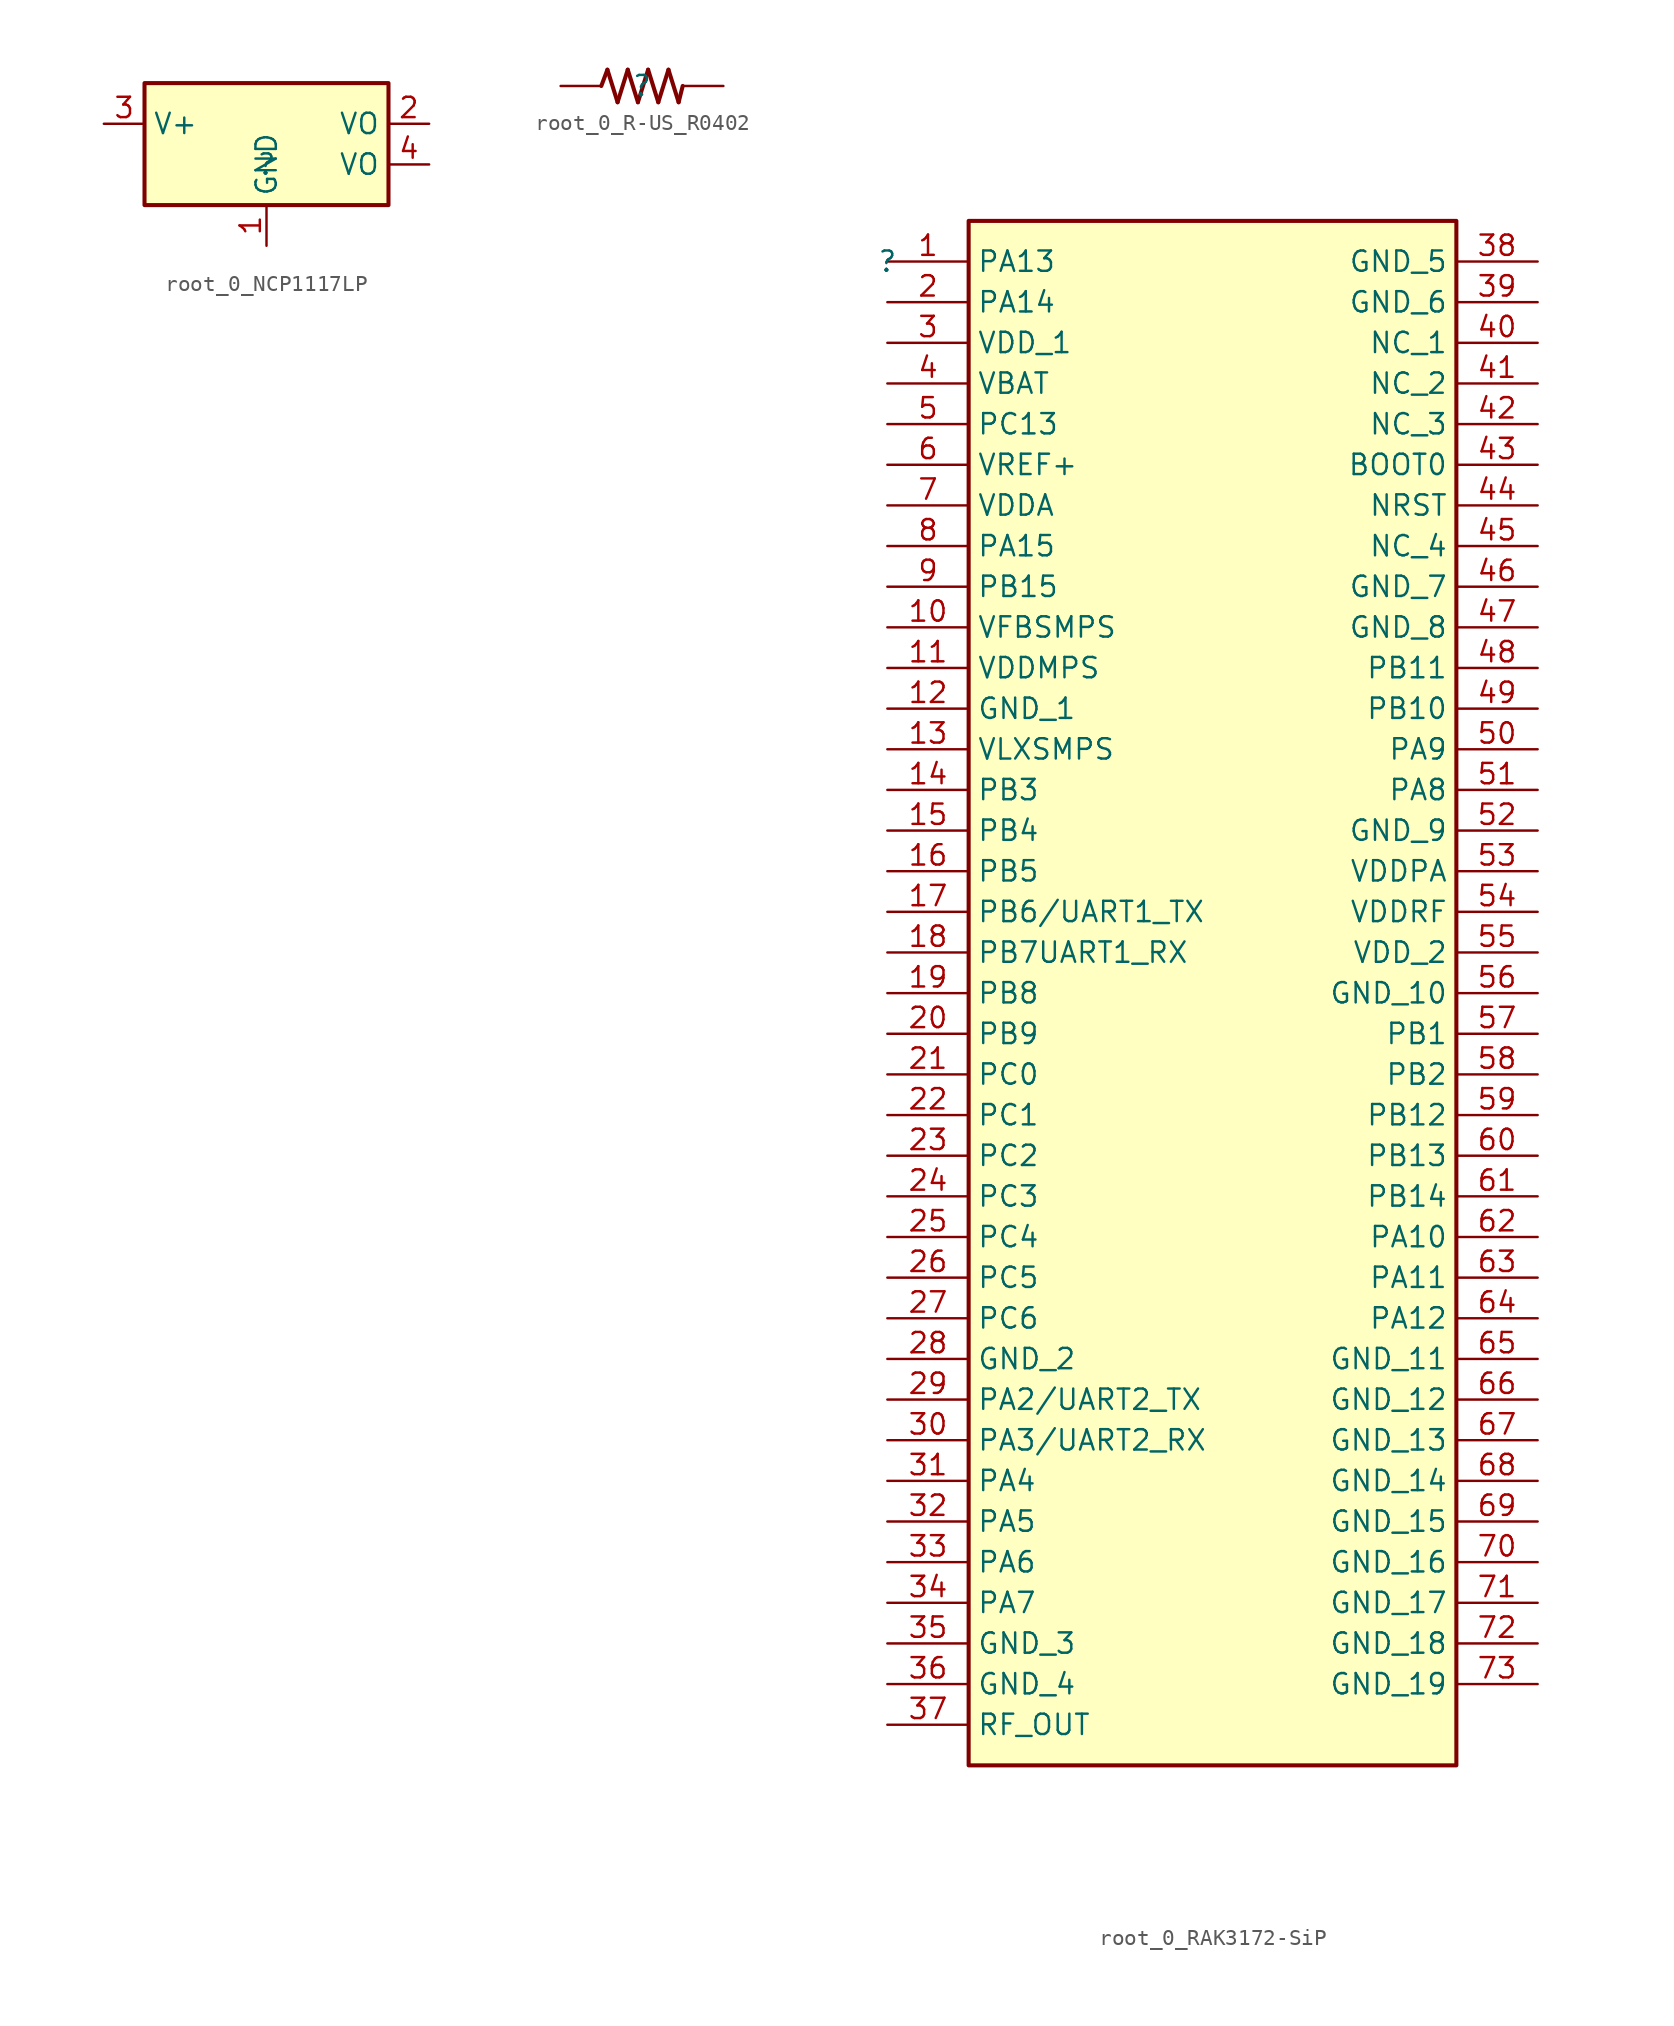
<source format=kicad_sym>
(kicad_symbol_lib
  (version 20231120)
  (generator "kicad_symbol_editor")
  (generator_version "8.0")
  (symbol "root_0_NCP1117LP"
    (property "Reference" ""
      (at 0 0 0)
      (effects (font (size 1.27 1.27))))
    (property "Value" ""
      (at 0 0 0)
      (effects (font (size 1.27 1.27))))
    (symbol "root_0_NCP1117LP_1_0"
      (rectangle (start 7.62 5.08) (end -7.62 -2.54) (stroke (width 0.254) (type solid) (color 128 0 0 1)) (fill (type background)))
      (pin power_in line (at 0 -5.08 90) (length 2.54) (name "GND" (effects (font (size 1.27 1.27)))) (number "1" (effects (font (size 1.27 1.27)))))
      (pin passive line (at 10.16 2.54 180) (length 2.54) (name "VO" (effects (font (size 1.27 1.27)))) (number "2" (effects (font (size 1.27 1.27)))))
      (pin power_in line (at -10.16 2.54 0) (length 2.54) (name "V+" (effects (font (size 1.27 1.27)))) (number "3" (effects (font (size 1.27 1.27)))))
      (pin passive line (at 10.16 0 180) (length 2.54) (name "VO" (effects (font (size 1.27 1.27)))) (number "4" (effects (font (size 1.27 1.27)))))))
  (symbol "root_0_R-US_R0402"
    (property "Reference" ""
      (at 0 0 0)
      (effects (font (size 1.27 1.27))))
    (property "Value" ""
      (at 0 0 0)
      (effects (font (size 1.27 1.27))))
    (symbol "root_0_R-US_R0402_1_0"
      (polyline (pts (xy -2.159 1.016) (xy -2.54 0)) (stroke (width 0.254) (type solid) (color 128 0 0 1)) (fill (type none)))
      (polyline (pts (xy -1.524 -1.016) (xy -2.159 1.016)) (stroke (width 0.254) (type solid) (color 128 0 0 1)) (fill (type none)))
      (polyline (pts (xy -0.889 1.016) (xy -1.524 -1.016)) (stroke (width 0.254) (type solid) (color 128 0 0 1)) (fill (type none)))
      (polyline (pts (xy -0.254 -1.016) (xy -0.889 1.016)) (stroke (width 0.254) (type solid) (color 128 0 0 1)) (fill (type none)))
      (polyline (pts (xy 0.381 1.016) (xy -0.254 -1.016)) (stroke (width 0.254) (type solid) (color 128 0 0 1)) (fill (type none)))
      (polyline (pts (xy 1.016 -1.016) (xy 0.381 1.016)) (stroke (width 0.254) (type solid) (color 128 0 0 1)) (fill (type none)))
      (polyline (pts (xy 1.651 1.016) (xy 1.016 -1.016)) (stroke (width 0.254) (type solid) (color 128 0 0 1)) (fill (type none)))
      (polyline (pts (xy 2.286 -1.016) (xy 1.651 1.016)) (stroke (width 0.254) (type solid) (color 128 0 0 1)) (fill (type none)))
      (polyline (pts (xy 2.54 0) (xy 2.286 -1.016)) (stroke (width 0.254) (type solid) (color 128 0 0 1)) (fill (type none)))
      (pin passive line (at -5.08 0 0) (length 2.54) (name "1" (effects (font (size 0 0)))) (number "1" (effects (font (size 0 0)))))
      (pin passive line (at 5.08 0 180) (length 2.54) (name "2" (effects (font (size 0 0)))) (number "2" (effects (font (size 0 0)))))))
  (symbol "root_0_RAK3172-SiP"
    (property "Reference" ""
      (at 0 0 0)
      (effects (font (size 1.27 1.27))))
    (property "Value" ""
      (at 0 0 0)
      (effects (font (size 1.27 1.27))))
    (symbol "root_0_RAK3172-SiP_1_0"
      (rectangle (start 35.56 2.54) (end 5.08 -93.98) (stroke (width 0.254) (type solid) (color 128 0 0 1)) (fill (type background)))
      (pin passive line (at 0 0 0) (length 5.08) (name "PA13" (effects (font (size 1.27 1.27)))) (number "1" (effects (font (size 1.27 1.27)))))
      (pin passive line (at 0 -22.86 0) (length 5.08) (name "VFBSMPS" (effects (font (size 1.27 1.27)))) (number "10" (effects (font (size 1.27 1.27)))))
      (pin passive line (at 0 -25.4 0) (length 5.08) (name "VDDMPS" (effects (font (size 1.27 1.27)))) (number "11" (effects (font (size 1.27 1.27)))))
      (pin passive line (at 0 -27.94 0) (length 5.08) (name "GND_1" (effects (font (size 1.27 1.27)))) (number "12" (effects (font (size 1.27 1.27)))))
      (pin passive line (at 0 -30.48 0) (length 5.08) (name "VLXSMPS" (effects (font (size 1.27 1.27)))) (number "13" (effects (font (size 1.27 1.27)))))
      (pin passive line (at 0 -33.02 0) (length 5.08) (name "PB3" (effects (font (size 1.27 1.27)))) (number "14" (effects (font (size 1.27 1.27)))))
      (pin passive line (at 0 -35.56 0) (length 5.08) (name "PB4" (effects (font (size 1.27 1.27)))) (number "15" (effects (font (size 1.27 1.27)))))
      (pin passive line (at 0 -38.1 0) (length 5.08) (name "PB5" (effects (font (size 1.27 1.27)))) (number "16" (effects (font (size 1.27 1.27)))))
      (pin passive line (at 0 -40.64 0) (length 5.08) (name "PB6/UART1_TX" (effects (font (size 1.27 1.27)))) (number "17" (effects (font (size 1.27 1.27)))))
      (pin passive line (at 0 -43.18 0) (length 5.08) (name "PB7UART1_RX" (effects (font (size 1.27 1.27)))) (number "18" (effects (font (size 1.27 1.27)))))
      (pin passive line (at 0 -45.72 0) (length 5.08) (name "PB8" (effects (font (size 1.27 1.27)))) (number "19" (effects (font (size 1.27 1.27)))))
      (pin passive line (at 0 -2.54 0) (length 5.08) (name "PA14" (effects (font (size 1.27 1.27)))) (number "2" (effects (font (size 1.27 1.27)))))
      (pin passive line (at 0 -48.26 0) (length 5.08) (name "PB9" (effects (font (size 1.27 1.27)))) (number "20" (effects (font (size 1.27 1.27)))))
      (pin passive line (at 0 -50.8 0) (length 5.08) (name "PC0" (effects (font (size 1.27 1.27)))) (number "21" (effects (font (size 1.27 1.27)))))
      (pin passive line (at 0 -53.34 0) (length 5.08) (name "PC1" (effects (font (size 1.27 1.27)))) (number "22" (effects (font (size 1.27 1.27)))))
      (pin passive line (at 0 -55.88 0) (length 5.08) (name "PC2" (effects (font (size 1.27 1.27)))) (number "23" (effects (font (size 1.27 1.27)))))
      (pin passive line (at 0 -58.42 0) (length 5.08) (name "PC3" (effects (font (size 1.27 1.27)))) (number "24" (effects (font (size 1.27 1.27)))))
      (pin passive line (at 0 -60.96 0) (length 5.08) (name "PC4" (effects (font (size 1.27 1.27)))) (number "25" (effects (font (size 1.27 1.27)))))
      (pin passive line (at 0 -63.5 0) (length 5.08) (name "PC5" (effects (font (size 1.27 1.27)))) (number "26" (effects (font (size 1.27 1.27)))))
      (pin passive line (at 0 -66.04 0) (length 5.08) (name "PC6" (effects (font (size 1.27 1.27)))) (number "27" (effects (font (size 1.27 1.27)))))
      (pin passive line (at 0 -68.58 0) (length 5.08) (name "GND_2" (effects (font (size 1.27 1.27)))) (number "28" (effects (font (size 1.27 1.27)))))
      (pin passive line (at 0 -71.12 0) (length 5.08) (name "PA2/UART2_TX" (effects (font (size 1.27 1.27)))) (number "29" (effects (font (size 1.27 1.27)))))
      (pin passive line (at 0 -5.08 0) (length 5.08) (name "VDD_1" (effects (font (size 1.27 1.27)))) (number "3" (effects (font (size 1.27 1.27)))))
      (pin passive line (at 0 -73.66 0) (length 5.08) (name "PA3/UART2_RX" (effects (font (size 1.27 1.27)))) (number "30" (effects (font (size 1.27 1.27)))))
      (pin passive line (at 0 -76.2 0) (length 5.08) (name "PA4" (effects (font (size 1.27 1.27)))) (number "31" (effects (font (size 1.27 1.27)))))
      (pin passive line (at 0 -78.74 0) (length 5.08) (name "PA5" (effects (font (size 1.27 1.27)))) (number "32" (effects (font (size 1.27 1.27)))))
      (pin passive line (at 0 -81.28 0) (length 5.08) (name "PA6" (effects (font (size 1.27 1.27)))) (number "33" (effects (font (size 1.27 1.27)))))
      (pin passive line (at 0 -83.82 0) (length 5.08) (name "PA7" (effects (font (size 1.27 1.27)))) (number "34" (effects (font (size 1.27 1.27)))))
      (pin passive line (at 0 -86.36 0) (length 5.08) (name "GND_3" (effects (font (size 1.27 1.27)))) (number "35" (effects (font (size 1.27 1.27)))))
      (pin passive line (at 0 -88.9 0) (length 5.08) (name "GND_4" (effects (font (size 1.27 1.27)))) (number "36" (effects (font (size 1.27 1.27)))))
      (pin passive line (at 0 -91.44 0) (length 5.08) (name "RF_OUT" (effects (font (size 1.27 1.27)))) (number "37" (effects (font (size 1.27 1.27)))))
      (pin passive line (at 40.64 0 180) (length 5.08) (name "GND_5" (effects (font (size 1.27 1.27)))) (number "38" (effects (font (size 1.27 1.27)))))
      (pin passive line (at 40.64 -2.54 180) (length 5.08) (name "GND_6" (effects (font (size 1.27 1.27)))) (number "39" (effects (font (size 1.27 1.27)))))
      (pin passive line (at 0 -7.62 0) (length 5.08) (name "VBAT" (effects (font (size 1.27 1.27)))) (number "4" (effects (font (size 1.27 1.27)))))
      (pin passive line (at 40.64 -5.08 180) (length 5.08) (name "NC_1" (effects (font (size 1.27 1.27)))) (number "40" (effects (font (size 1.27 1.27)))))
      (pin passive line (at 40.64 -7.62 180) (length 5.08) (name "NC_2" (effects (font (size 1.27 1.27)))) (number "41" (effects (font (size 1.27 1.27)))))
      (pin passive line (at 40.64 -10.16 180) (length 5.08) (name "NC_3" (effects (font (size 1.27 1.27)))) (number "42" (effects (font (size 1.27 1.27)))))
      (pin passive line (at 40.64 -12.7 180) (length 5.08) (name "BOOT0" (effects (font (size 1.27 1.27)))) (number "43" (effects (font (size 1.27 1.27)))))
      (pin passive line (at 40.64 -15.24 180) (length 5.08) (name "NRST" (effects (font (size 1.27 1.27)))) (number "44" (effects (font (size 1.27 1.27)))))
      (pin passive line (at 40.64 -17.78 180) (length 5.08) (name "NC_4" (effects (font (size 1.27 1.27)))) (number "45" (effects (font (size 1.27 1.27)))))
      (pin passive line (at 40.64 -20.32 180) (length 5.08) (name "GND_7" (effects (font (size 1.27 1.27)))) (number "46" (effects (font (size 1.27 1.27)))))
      (pin passive line (at 40.64 -22.86 180) (length 5.08) (name "GND_8" (effects (font (size 1.27 1.27)))) (number "47" (effects (font (size 1.27 1.27)))))
      (pin passive line (at 40.64 -25.4 180) (length 5.08) (name "PB11" (effects (font (size 1.27 1.27)))) (number "48" (effects (font (size 1.27 1.27)))))
      (pin passive line (at 40.64 -27.94 180) (length 5.08) (name "PB10" (effects (font (size 1.27 1.27)))) (number "49" (effects (font (size 1.27 1.27)))))
      (pin passive line (at 0 -10.16 0) (length 5.08) (name "PC13" (effects (font (size 1.27 1.27)))) (number "5" (effects (font (size 1.27 1.27)))))
      (pin passive line (at 40.64 -30.48 180) (length 5.08) (name "PA9" (effects (font (size 1.27 1.27)))) (number "50" (effects (font (size 1.27 1.27)))))
      (pin passive line (at 40.64 -33.02 180) (length 5.08) (name "PA8" (effects (font (size 1.27 1.27)))) (number "51" (effects (font (size 1.27 1.27)))))
      (pin passive line (at 40.64 -35.56 180) (length 5.08) (name "GND_9" (effects (font (size 1.27 1.27)))) (number "52" (effects (font (size 1.27 1.27)))))
      (pin passive line (at 40.64 -38.1 180) (length 5.08) (name "VDDPA" (effects (font (size 1.27 1.27)))) (number "53" (effects (font (size 1.27 1.27)))))
      (pin passive line (at 40.64 -40.64 180) (length 5.08) (name "VDDRF" (effects (font (size 1.27 1.27)))) (number "54" (effects (font (size 1.27 1.27)))))
      (pin passive line (at 40.64 -43.18 180) (length 5.08) (name "VDD_2" (effects (font (size 1.27 1.27)))) (number "55" (effects (font (size 1.27 1.27)))))
      (pin passive line (at 40.64 -45.72 180) (length 5.08) (name "GND_10" (effects (font (size 1.27 1.27)))) (number "56" (effects (font (size 1.27 1.27)))))
      (pin passive line (at 40.64 -48.26 180) (length 5.08) (name "PB1" (effects (font (size 1.27 1.27)))) (number "57" (effects (font (size 1.27 1.27)))))
      (pin passive line (at 40.64 -50.8 180) (length 5.08) (name "PB2" (effects (font (size 1.27 1.27)))) (number "58" (effects (font (size 1.27 1.27)))))
      (pin passive line (at 40.64 -53.34 180) (length 5.08) (name "PB12" (effects (font (size 1.27 1.27)))) (number "59" (effects (font (size 1.27 1.27)))))
      (pin passive line (at 0 -12.7 0) (length 5.08) (name "VREF+" (effects (font (size 1.27 1.27)))) (number "6" (effects (font (size 1.27 1.27)))))
      (pin passive line (at 40.64 -55.88 180) (length 5.08) (name "PB13" (effects (font (size 1.27 1.27)))) (number "60" (effects (font (size 1.27 1.27)))))
      (pin passive line (at 40.64 -58.42 180) (length 5.08) (name "PB14" (effects (font (size 1.27 1.27)))) (number "61" (effects (font (size 1.27 1.27)))))
      (pin passive line (at 40.64 -60.96 180) (length 5.08) (name "PA10" (effects (font (size 1.27 1.27)))) (number "62" (effects (font (size 1.27 1.27)))))
      (pin passive line (at 40.64 -63.5 180) (length 5.08) (name "PA11" (effects (font (size 1.27 1.27)))) (number "63" (effects (font (size 1.27 1.27)))))
      (pin passive line (at 40.64 -66.04 180) (length 5.08) (name "PA12" (effects (font (size 1.27 1.27)))) (number "64" (effects (font (size 1.27 1.27)))))
      (pin passive line (at 40.64 -68.58 180) (length 5.08) (name "GND_11" (effects (font (size 1.27 1.27)))) (number "65" (effects (font (size 1.27 1.27)))))
      (pin passive line (at 40.64 -71.12 180) (length 5.08) (name "GND_12" (effects (font (size 1.27 1.27)))) (number "66" (effects (font (size 1.27 1.27)))))
      (pin passive line (at 40.64 -73.66 180) (length 5.08) (name "GND_13" (effects (font (size 1.27 1.27)))) (number "67" (effects (font (size 1.27 1.27)))))
      (pin passive line (at 40.64 -76.2 180) (length 5.08) (name "GND_14" (effects (font (size 1.27 1.27)))) (number "68" (effects (font (size 1.27 1.27)))))
      (pin passive line (at 40.64 -78.74 180) (length 5.08) (name "GND_15" (effects (font (size 1.27 1.27)))) (number "69" (effects (font (size 1.27 1.27)))))
      (pin passive line (at 0 -15.24 0) (length 5.08) (name "VDDA" (effects (font (size 1.27 1.27)))) (number "7" (effects (font (size 1.27 1.27)))))
      (pin passive line (at 40.64 -81.28 180) (length 5.08) (name "GND_16" (effects (font (size 1.27 1.27)))) (number "70" (effects (font (size 1.27 1.27)))))
      (pin passive line (at 40.64 -83.82 180) (length 5.08) (name "GND_17" (effects (font (size 1.27 1.27)))) (number "71" (effects (font (size 1.27 1.27)))))
      (pin passive line (at 40.64 -86.36 180) (length 5.08) (name "GND_18" (effects (font (size 1.27 1.27)))) (number "72" (effects (font (size 1.27 1.27)))))
      (pin passive line (at 40.64 -88.9 180) (length 5.08) (name "GND_19" (effects (font (size 1.27 1.27)))) (number "73" (effects (font (size 1.27 1.27)))))
      (pin passive line (at 0 -17.78 0) (length 5.08) (name "PA15" (effects (font (size 1.27 1.27)))) (number "8" (effects (font (size 1.27 1.27)))))
      (pin passive line (at 0 -20.32 0) (length 5.08) (name "PB15" (effects (font (size 1.27 1.27)))) (number "9" (effects (font (size 1.27 1.27))))))))
</source>
